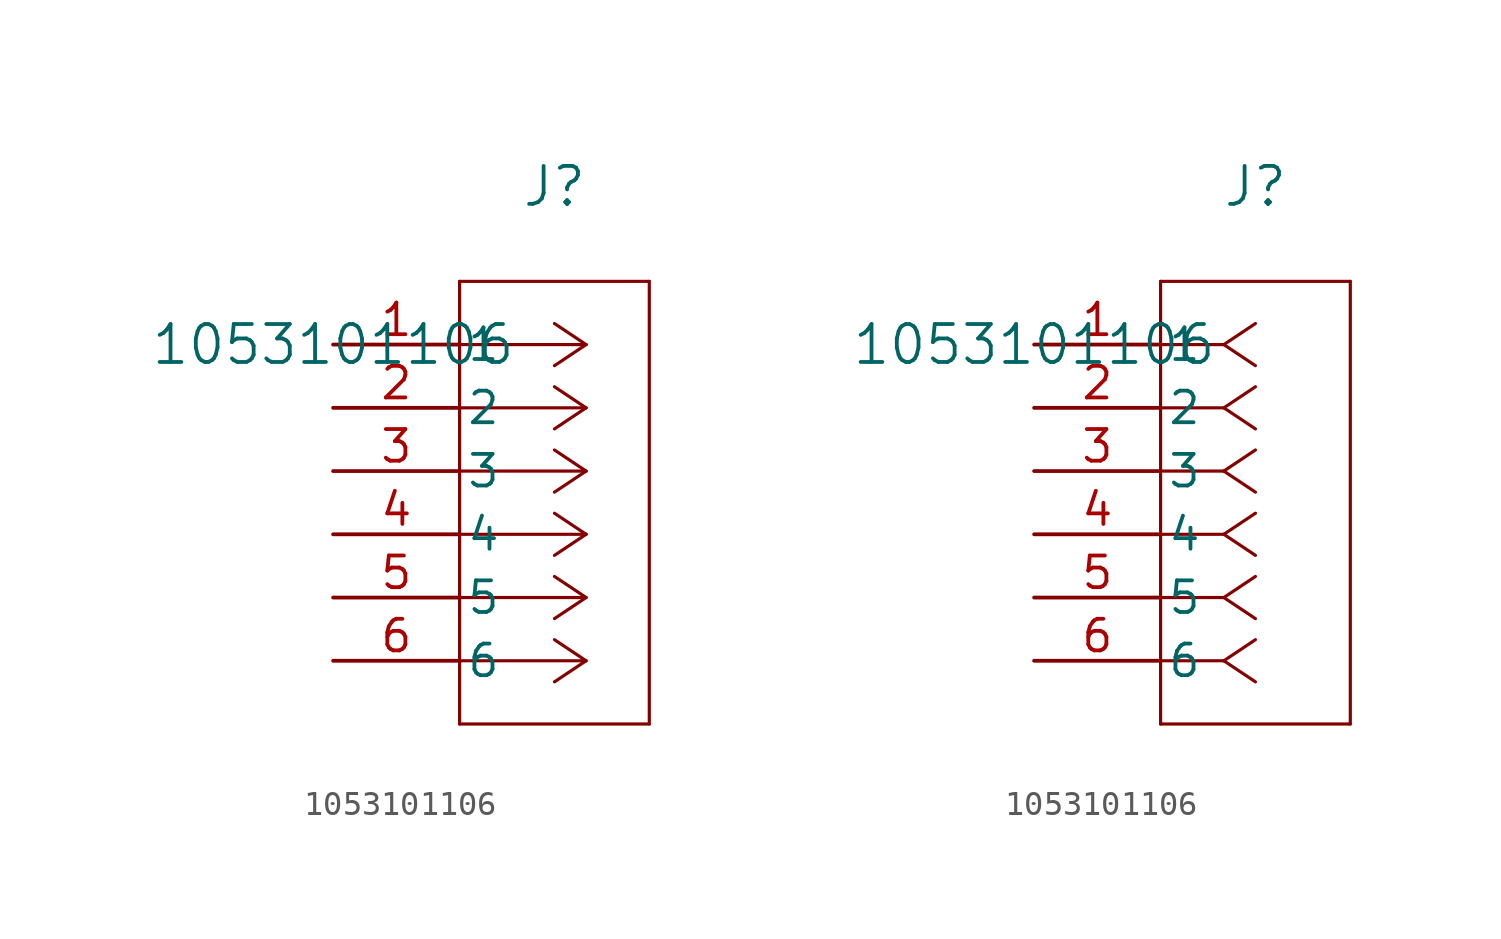
<source format=kicad_sym>
(kicad_symbol_lib
  (version 20211014)
  (generator kicad_symbol_editor)
  (symbol "1053101106"
    (pin_names
      (offset 0.254))
    (property "Reference" "J"
      (at 8.89 6.35 0)
      (effects (font (size 1.524 1.524))))
    (property "Value" "1053101106"
      (at 0 0 0)
      (effects (font (size 1.524 1.524))))
    (symbol "1053101106_1_1"
      (polyline (pts (xy 10.16 0) (xy 5.08 0)) (stroke (width 0.127) (type default) (color 0 0 0 0)) (fill (type none)))
      (polyline (pts (xy 10.16 -2.54) (xy 5.08 -2.54)) (stroke (width 0.127) (type default) (color 0 0 0 0)) (fill (type none)))
      (polyline (pts (xy 10.16 -5.08) (xy 5.08 -5.08)) (stroke (width 0.127) (type default) (color 0 0 0 0)) (fill (type none)))
      (polyline (pts (xy 10.16 -7.62) (xy 5.08 -7.62)) (stroke (width 0.127) (type default) (color 0 0 0 0)) (fill (type none)))
      (polyline (pts (xy 10.16 -10.16) (xy 5.08 -10.16)) (stroke (width 0.127) (type default) (color 0 0 0 0)) (fill (type none)))
      (polyline (pts (xy 10.16 -12.7) (xy 5.08 -12.7)) (stroke (width 0.127) (type default) (color 0 0 0 0)) (fill (type none)))
      (polyline (pts (xy 10.16 0) (xy 8.89 0.847)) (stroke (width 0.127) (type default) (color 0 0 0 0)) (fill (type none)))
      (polyline (pts (xy 10.16 -2.54) (xy 8.89 -1.693)) (stroke (width 0.127) (type default) (color 0 0 0 0)) (fill (type none)))
      (polyline (pts (xy 10.16 -5.08) (xy 8.89 -4.233)) (stroke (width 0.127) (type default) (color 0 0 0 0)) (fill (type none)))
      (polyline (pts (xy 10.16 -7.62) (xy 8.89 -6.773)) (stroke (width 0.127) (type default) (color 0 0 0 0)) (fill (type none)))
      (polyline (pts (xy 10.16 -10.16) (xy 8.89 -9.313)) (stroke (width 0.127) (type default) (color 0 0 0 0)) (fill (type none)))
      (polyline (pts (xy 10.16 -12.7) (xy 8.89 -11.853)) (stroke (width 0.127) (type default) (color 0 0 0 0)) (fill (type none)))
      (polyline (pts (xy 10.16 0) (xy 8.89 -0.847)) (stroke (width 0.127) (type default) (color 0 0 0 0)) (fill (type none)))
      (polyline (pts (xy 10.16 -2.54) (xy 8.89 -3.387)) (stroke (width 0.127) (type default) (color 0 0 0 0)) (fill (type none)))
      (polyline (pts (xy 10.16 -5.08) (xy 8.89 -5.927)) (stroke (width 0.127) (type default) (color 0 0 0 0)) (fill (type none)))
      (polyline (pts (xy 10.16 -7.62) (xy 8.89 -8.467)) (stroke (width 0.127) (type default) (color 0 0 0 0)) (fill (type none)))
      (polyline (pts (xy 10.16 -10.16) (xy 8.89 -11.007)) (stroke (width 0.127) (type default) (color 0 0 0 0)) (fill (type none)))
      (polyline (pts (xy 10.16 -12.7) (xy 8.89 -13.547)) (stroke (width 0.127) (type default) (color 0 0 0 0)) (fill (type none)))
      (polyline (pts (xy 5.08 2.54) (xy 5.08 -15.24)) (stroke (width 0.127) (type default) (color 0 0 0 0)) (fill (type none)))
      (polyline (pts (xy 5.08 -15.24) (xy 12.7 -15.24)) (stroke (width 0.127) (type default) (color 0 0 0 0)) (fill (type none)))
      (polyline (pts (xy 12.7 -15.24) (xy 12.7 2.54)) (stroke (width 0.127) (type default) (color 0 0 0 0)) (fill (type none)))
      (polyline (pts (xy 12.7 2.54) (xy 5.08 2.54)) (stroke (width 0.127) (type default) (color 0 0 0 0)) (fill (type none)))
      (pin unspecified line (at 0 0 0) (length 5.08) (name "1" (effects (font (size 1.27 1.27)))) (number "1" (effects (font (size 1.27 1.27)))))
      (pin unspecified line (at 0 -2.54 0) (length 5.08) (name "2" (effects (font (size 1.27 1.27)))) (number "2" (effects (font (size 1.27 1.27)))))
      (pin unspecified line (at 0 -5.08 0) (length 5.08) (name "3" (effects (font (size 1.27 1.27)))) (number "3" (effects (font (size 1.27 1.27)))))
      (pin unspecified line (at 0 -7.62 0) (length 5.08) (name "4" (effects (font (size 1.27 1.27)))) (number "4" (effects (font (size 1.27 1.27)))))
      (pin unspecified line (at 0 -10.16 0) (length 5.08) (name "5" (effects (font (size 1.27 1.27)))) (number "5" (effects (font (size 1.27 1.27)))))
      (pin unspecified line (at 0 -12.7 0) (length 5.08) (name "6" (effects (font (size 1.27 1.27)))) (number "6" (effects (font (size 1.27 1.27))))))
    (symbol "1053101106_1_2"
      (polyline (pts (xy 7.62 0) (xy 5.08 0)) (stroke (width 0.127) (type default) (color 0 0 0 0)) (fill (type none)))
      (polyline (pts (xy 7.62 -2.54) (xy 5.08 -2.54)) (stroke (width 0.127) (type default) (color 0 0 0 0)) (fill (type none)))
      (polyline (pts (xy 7.62 -5.08) (xy 5.08 -5.08)) (stroke (width 0.127) (type default) (color 0 0 0 0)) (fill (type none)))
      (polyline (pts (xy 7.62 -7.62) (xy 5.08 -7.62)) (stroke (width 0.127) (type default) (color 0 0 0 0)) (fill (type none)))
      (polyline (pts (xy 7.62 -10.16) (xy 5.08 -10.16)) (stroke (width 0.127) (type default) (color 0 0 0 0)) (fill (type none)))
      (polyline (pts (xy 7.62 -12.7) (xy 5.08 -12.7)) (stroke (width 0.127) (type default) (color 0 0 0 0)) (fill (type none)))
      (polyline (pts (xy 7.62 0) (xy 8.89 0.847)) (stroke (width 0.127) (type default) (color 0 0 0 0)) (fill (type none)))
      (polyline (pts (xy 7.62 -2.54) (xy 8.89 -1.693)) (stroke (width 0.127) (type default) (color 0 0 0 0)) (fill (type none)))
      (polyline (pts (xy 7.62 -5.08) (xy 8.89 -4.233)) (stroke (width 0.127) (type default) (color 0 0 0 0)) (fill (type none)))
      (polyline (pts (xy 7.62 -7.62) (xy 8.89 -6.773)) (stroke (width 0.127) (type default) (color 0 0 0 0)) (fill (type none)))
      (polyline (pts (xy 7.62 -10.16) (xy 8.89 -9.313)) (stroke (width 0.127) (type default) (color 0 0 0 0)) (fill (type none)))
      (polyline (pts (xy 7.62 -12.7) (xy 8.89 -11.853)) (stroke (width 0.127) (type default) (color 0 0 0 0)) (fill (type none)))
      (polyline (pts (xy 7.62 0) (xy 8.89 -0.847)) (stroke (width 0.127) (type default) (color 0 0 0 0)) (fill (type none)))
      (polyline (pts (xy 7.62 -2.54) (xy 8.89 -3.387)) (stroke (width 0.127) (type default) (color 0 0 0 0)) (fill (type none)))
      (polyline (pts (xy 7.62 -5.08) (xy 8.89 -5.927)) (stroke (width 0.127) (type default) (color 0 0 0 0)) (fill (type none)))
      (polyline (pts (xy 7.62 -7.62) (xy 8.89 -8.467)) (stroke (width 0.127) (type default) (color 0 0 0 0)) (fill (type none)))
      (polyline (pts (xy 7.62 -10.16) (xy 8.89 -11.007)) (stroke (width 0.127) (type default) (color 0 0 0 0)) (fill (type none)))
      (polyline (pts (xy 7.62 -12.7) (xy 8.89 -13.547)) (stroke (width 0.127) (type default) (color 0 0 0 0)) (fill (type none)))
      (polyline (pts (xy 5.08 2.54) (xy 5.08 -15.24)) (stroke (width 0.127) (type default) (color 0 0 0 0)) (fill (type none)))
      (polyline (pts (xy 5.08 -15.24) (xy 12.7 -15.24)) (stroke (width 0.127) (type default) (color 0 0 0 0)) (fill (type none)))
      (polyline (pts (xy 12.7 -15.24) (xy 12.7 2.54)) (stroke (width 0.127) (type default) (color 0 0 0 0)) (fill (type none)))
      (polyline (pts (xy 12.7 2.54) (xy 5.08 2.54)) (stroke (width 0.127) (type default) (color 0 0 0 0)) (fill (type none)))
      (pin unspecified line (at 0 0 0) (length 5.08) (name "1" (effects (font (size 1.27 1.27)))) (number "1" (effects (font (size 1.27 1.27)))))
      (pin unspecified line (at 0 -2.54 0) (length 5.08) (name "2" (effects (font (size 1.27 1.27)))) (number "2" (effects (font (size 1.27 1.27)))))
      (pin unspecified line (at 0 -5.08 0) (length 5.08) (name "3" (effects (font (size 1.27 1.27)))) (number "3" (effects (font (size 1.27 1.27)))))
      (pin unspecified line (at 0 -7.62 0) (length 5.08) (name "4" (effects (font (size 1.27 1.27)))) (number "4" (effects (font (size 1.27 1.27)))))
      (pin unspecified line (at 0 -10.16 0) (length 5.08) (name "5" (effects (font (size 1.27 1.27)))) (number "5" (effects (font (size 1.27 1.27)))))
      (pin unspecified line (at 0 -12.7 0) (length 5.08) (name "6" (effects (font (size 1.27 1.27)))) (number "6" (effects (font (size 1.27 1.27))))))))
</source>
